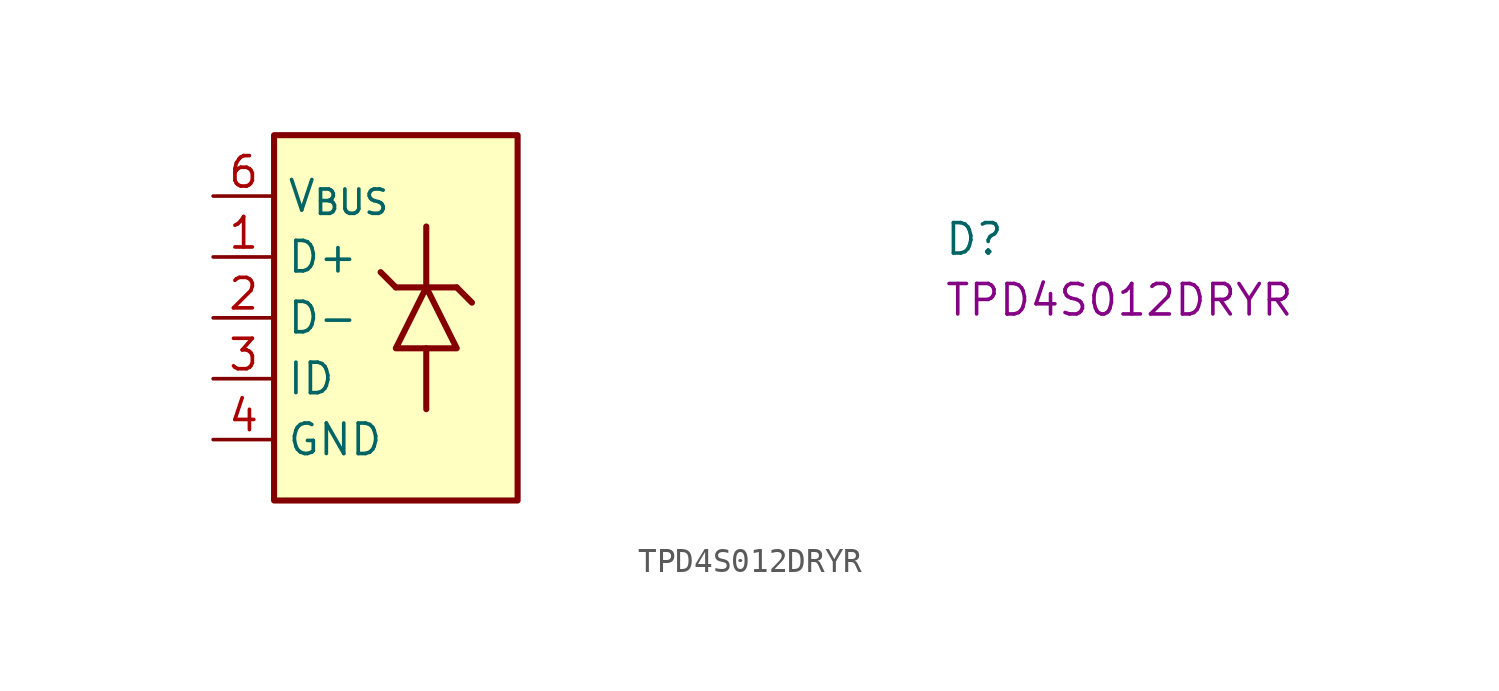
<source format=kicad_sym>
(kicad_symbol_lib
  (version 20220914)
  (generator kicad_symbol_editor)
  (symbol "TPD4S012DRYR"
    (property "Reference" "D"
      (at 30.48 -2.54 0)
      (effects (font (size 1.27 1.27) (thickness 0.15)) (justify left bottom)))
    (property "MPN" "TPD4S012DRYR"
      (at 30.48 -5.08 0)
      (effects (font (size 1.27 1.27) (thickness 0.15)) (justify left bottom)))
    (symbol "TPD4S012DRYR_1_1"
      (polyline (pts (xy 7.62 -3.81) (xy 6.985 -3.175)) (stroke (width 0.254) (type default)) (fill (type none)))
      (polyline (pts (xy 7.62 -3.81) (xy 10.16 -3.81)) (stroke (width 0.254) (type default)) (fill (type none)))
      (polyline (pts (xy 8.89 -6.35) (xy 8.89 -8.89)) (stroke (width 0.254) (type default)) (fill (type none)))
      (polyline (pts (xy 8.89 -3.81) (xy 8.89 -1.27)) (stroke (width 0.254) (type default)) (fill (type none)))
      (polyline (pts (xy 10.16 -3.81) (xy 10.795 -4.445)) (stroke (width 0.254) (type default)) (fill (type none)))
      (polyline (pts (xy 7.62 -6.35) (xy 10.16 -6.35) (xy 8.89 -3.81) (xy 7.62 -6.35)) (stroke (width 0.254) (type default)) (fill (type background)))
      (rectangle (start 2.54 2.54) (end 12.7 -12.7) (stroke (width 0.254) (type default)) (fill (type background)))
      (pin input line (at 0 -2.54 0) (length 2.54) (name "D+" (effects (font (size 1.27 1.27)))) (number "1" (effects (font (size 1.27 1.27)))))
      (pin output line (at 0 -5.08 0) (length 2.54) (name "D-" (effects (font (size 1.27 1.27)))) (number "2" (effects (font (size 1.27 1.27)))))
      (pin input line (at 0 -7.62 0) (length 2.54) (name "ID" (effects (font (size 1.27 1.27)))) (number "3" (effects (font (size 1.27 1.27)))))
      (pin power_in line (at 0 -10.16 0) (length 2.54) (name "GND" (effects (font (size 1.27 1.27)))) (number "4" (effects (font (size 1.27 1.27)))))
      (pin no_connect line (at 12.7 -10.16 180) (length 2.54) hide (name "NC" (effects (font (size 1.27 1.27)))) (number "5" (effects (font (size 1.27 1.27)))))
      (pin power_in line (at 0 0 0) (length 2.54) (name "V_{BUS}" (effects (font (size 1.27 1.27)))) (number "6" (effects (font (size 1.27 1.27))))))))
</source>
